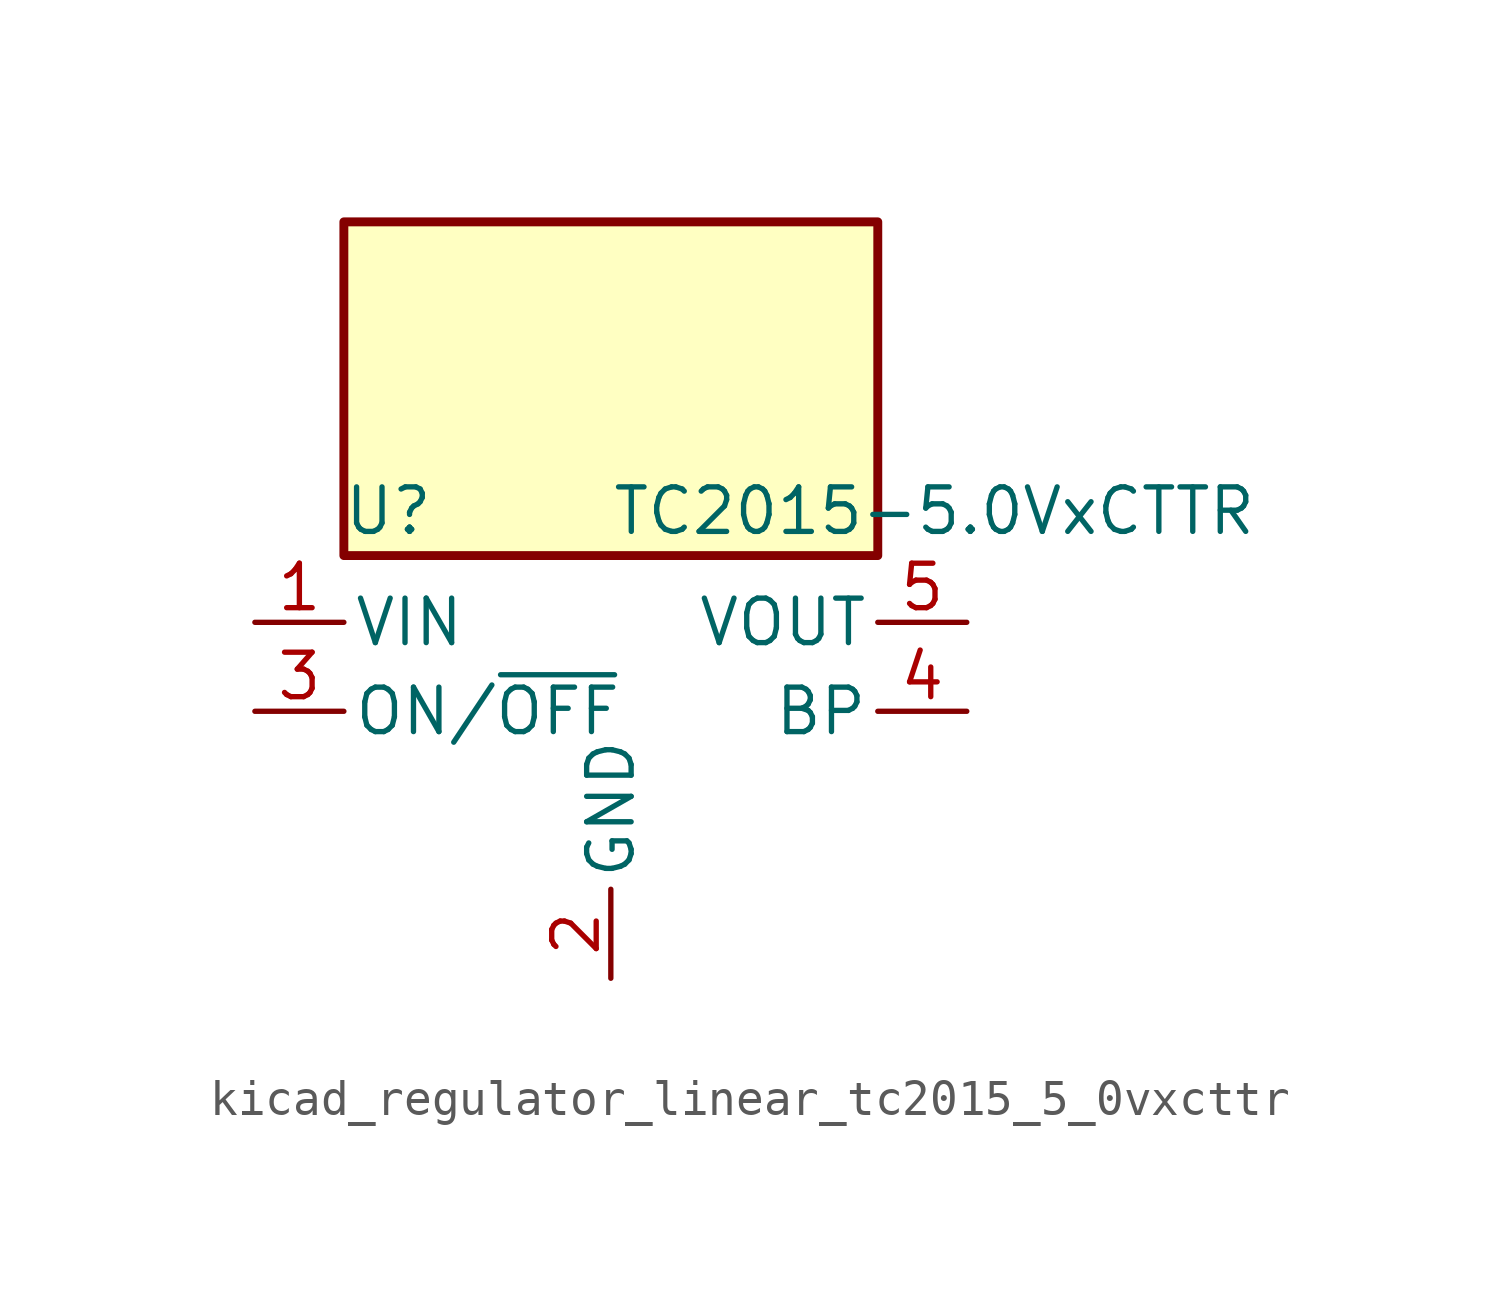
<source format=kicad_sym>
(kicad_symbol_lib
  (version 20220914)
  (generator kicad_symbol_editor)
  (symbol "kicad_regulator_linear_tc2015_5_0vxcttr"
    (pin_names
      (offset 0.254))
    (property "Reference" "U"
      (at -6.35 5.715 0)
      (effects (font (size 1.27 1.27))))
    (property "Value" "TC2015-5.0VxCTTR"
      (at 0 5.715 0)
      (effects (font (size 1.27 1.27)) (justify left)))
    (symbol "kicad_regulator_linear_tc2015_5_0vxcttr_0_1"
      (rectangle (start 7.62 13.97) (end -7.62 4.445) (stroke (width 0.254) (type default)) (fill (type background))))
    (symbol "kicad_regulator_linear_tc2015_5_0vxcttr_1_1"
      (pin power_in line (at -10.16 2.54 0) (length 2.54) (name "VIN" (effects (font (size 1.27 1.27)))) (number "1" (effects (font (size 1.27 1.27)))))
      (pin power_in line (at 0 -7.62 90) (length 2.54) (name "GND" (effects (font (size 1.27 1.27)))) (number "2" (effects (font (size 1.27 1.27)))))
      (pin input line (at -10.16 0 0) (length 2.54) (name "ON/~{OFF}" (effects (font (size 1.27 1.27)))) (number "3" (effects (font (size 1.27 1.27)))))
      (pin input line (at 10.16 0 180) (length 2.54) (name "BP" (effects (font (size 1.27 1.27)))) (number "4" (effects (font (size 1.27 1.27)))))
      (pin power_out line (at 10.16 2.54 180) (length 2.54) (name "VOUT" (effects (font (size 1.27 1.27)))) (number "5" (effects (font (size 1.27 1.27))))))))
</source>
